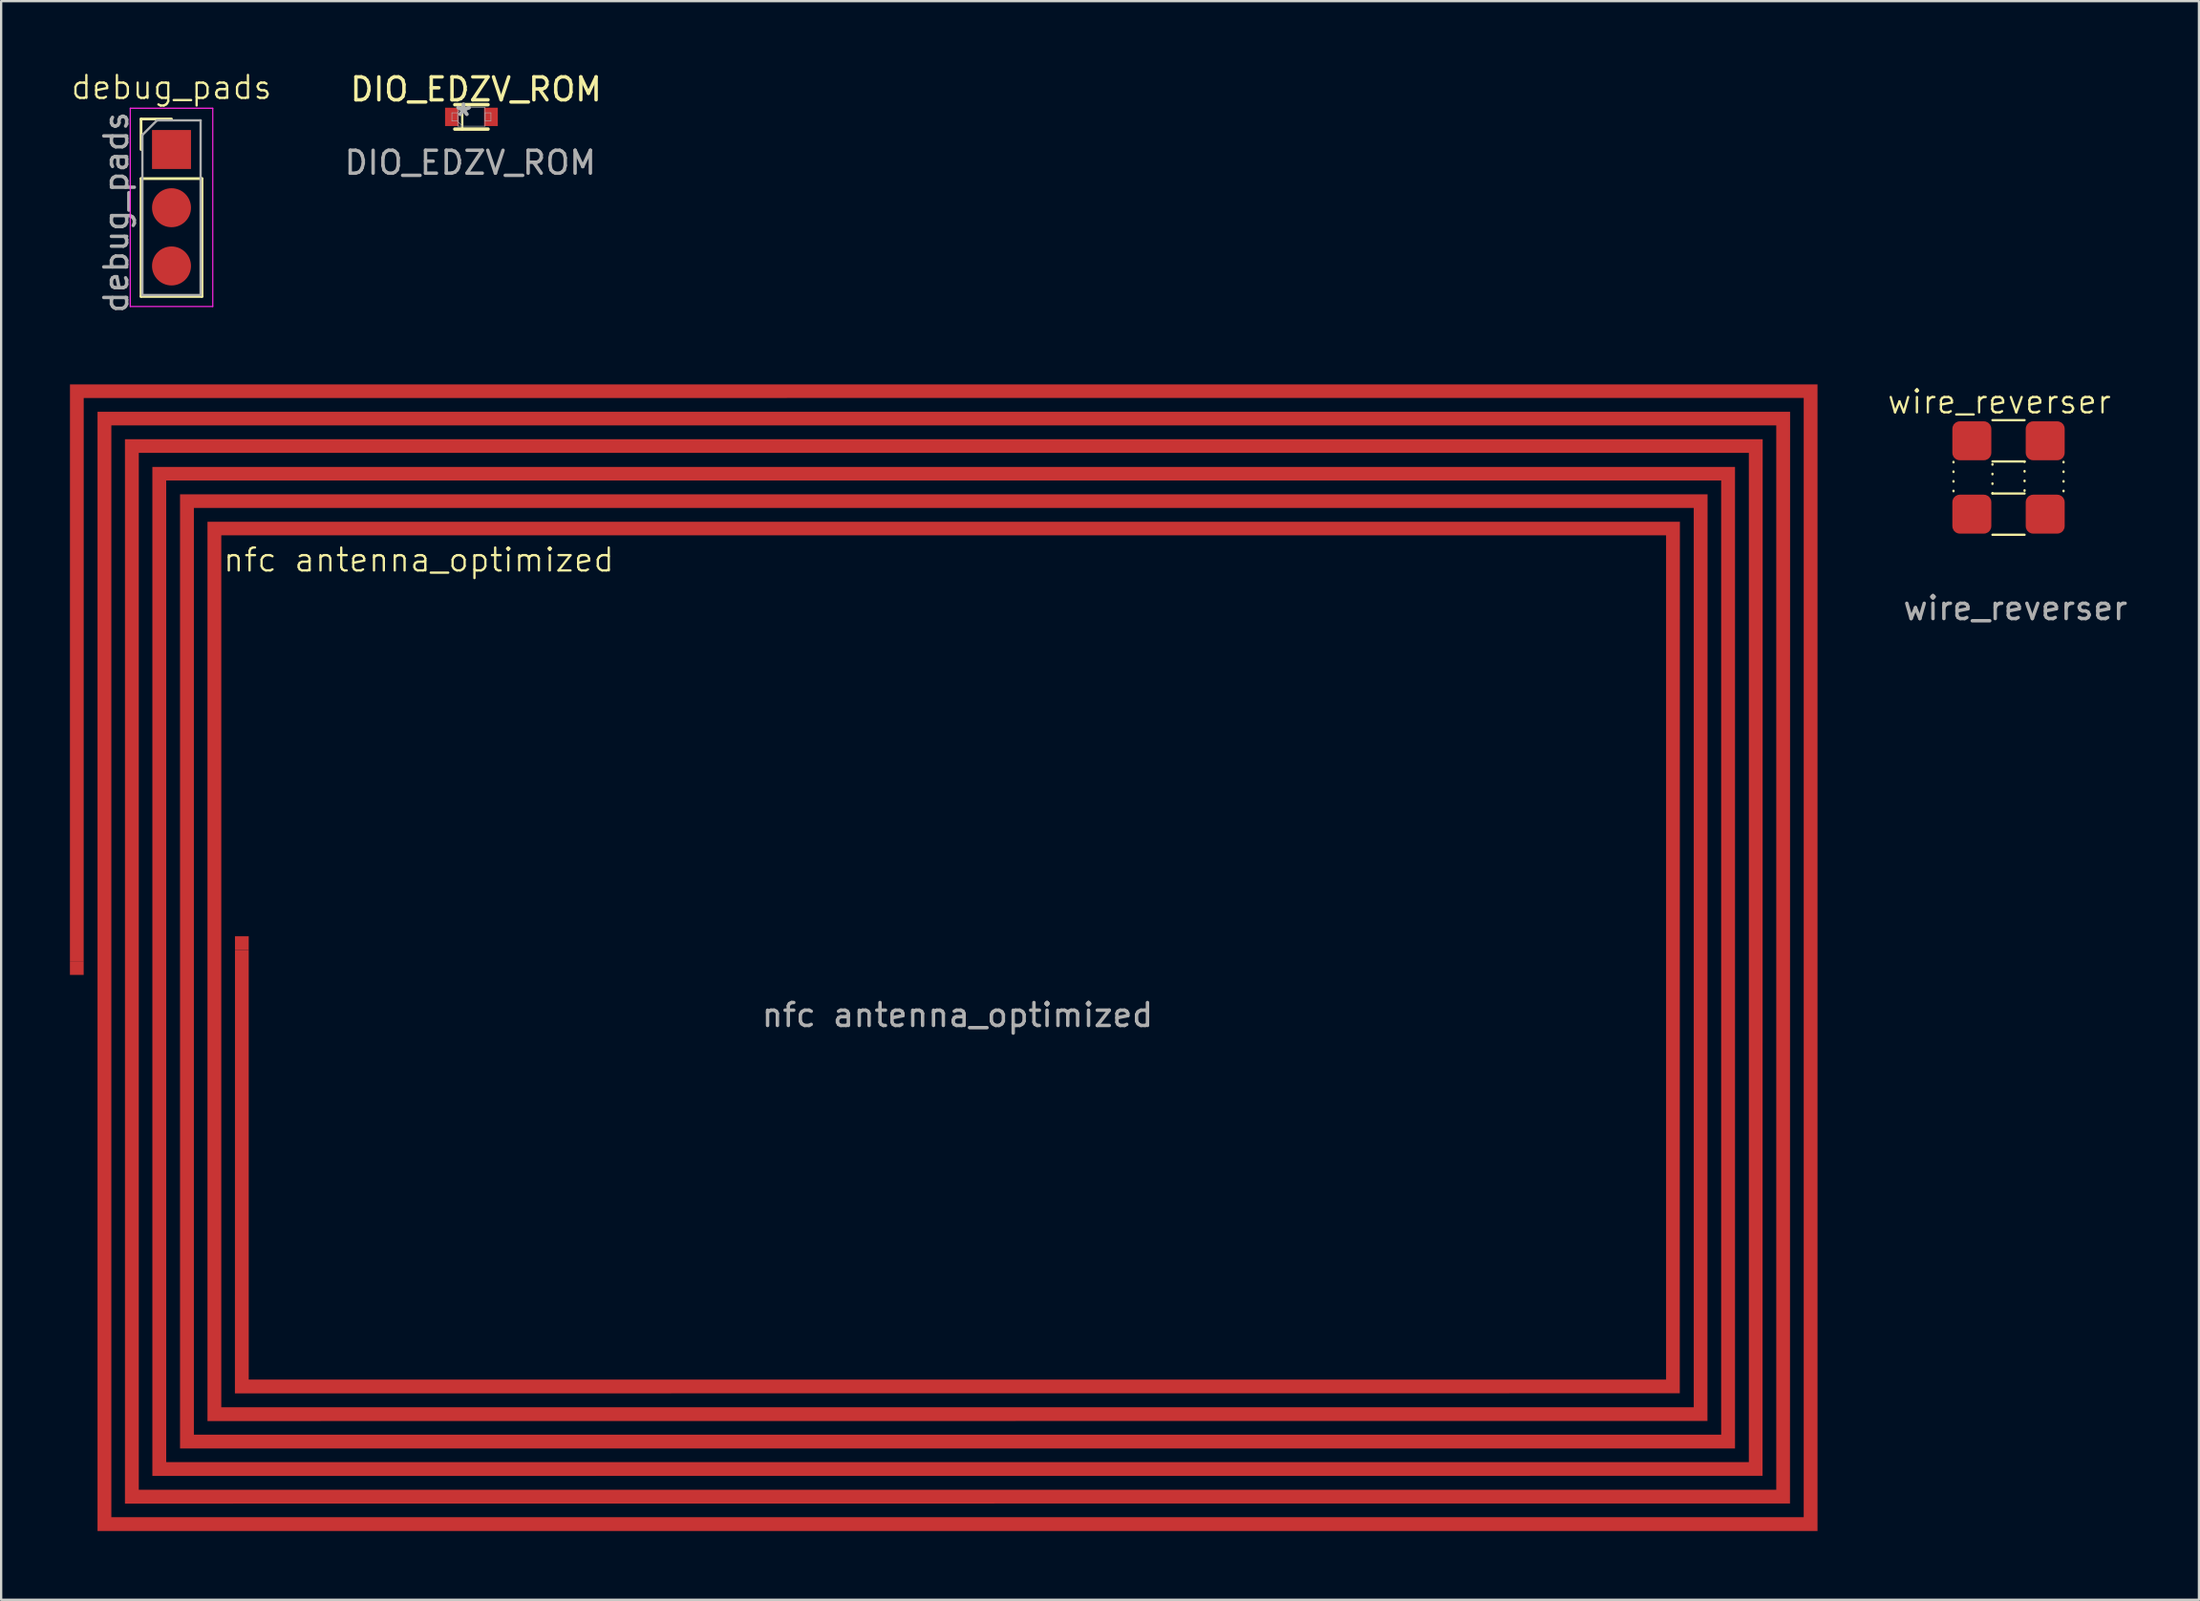
<source format=kicad_pcb>
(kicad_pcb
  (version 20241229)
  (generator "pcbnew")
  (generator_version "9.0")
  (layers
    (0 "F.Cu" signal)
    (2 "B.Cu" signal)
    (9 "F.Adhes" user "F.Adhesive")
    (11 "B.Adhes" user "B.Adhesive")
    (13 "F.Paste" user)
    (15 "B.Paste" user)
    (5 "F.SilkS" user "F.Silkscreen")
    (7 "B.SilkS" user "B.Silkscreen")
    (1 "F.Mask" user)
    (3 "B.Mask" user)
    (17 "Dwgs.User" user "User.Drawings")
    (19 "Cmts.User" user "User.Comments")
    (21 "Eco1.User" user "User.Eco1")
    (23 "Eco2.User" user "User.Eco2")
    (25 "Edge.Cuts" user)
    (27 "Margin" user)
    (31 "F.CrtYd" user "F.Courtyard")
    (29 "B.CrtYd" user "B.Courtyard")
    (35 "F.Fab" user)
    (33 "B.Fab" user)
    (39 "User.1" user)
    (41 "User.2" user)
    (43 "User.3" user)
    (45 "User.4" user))
  (footprint "nfc antenna_optimized"
    (layer "F.Cu")
    (at 38.716 38.725)
    (property "Reference" "nfc antenna_optimized" (at -23.5 -17.35 0) (unlocked yes) (layer "F.SilkS") (effects (font (size 1 1) (thickness 0.1))))
    (attr smd exclude_from_bom)
    (fp_poly (pts (xy 37.512 0) (xy 37.512 25.008) (xy 0 25.008) (xy -37.512 25.008) (xy -37.512 0.598) (xy -37.512 -23.812) (xy -0.598 -23.812) (xy 36.316 -23.812) (xy 36.313 -0.003) (xy 36.311 23.807) (xy -0.003 23.809) (xy -36.316 23.812) (xy -36.316 0.598) (xy -36.316 -22.615) (xy -0.598 -22.615) (xy 35.12 -22.615) (xy 35.117 -0.008) (xy 35.114 22.6) (xy -0.003 22.602) (xy -35.12 22.605) (xy -35.12 0.598) (xy -35.12 -21.408) (xy -0.604 -21.408) (xy 33.913 -21.408) (xy 33.913 0) (xy 33.913 21.408) (xy 0 21.408) (xy -33.913 21.408) (xy -33.913 0.598) (xy -33.913 -20.212) (xy -0.598 -20.212) (xy 32.716 -20.212) (xy 32.713 -0.003) (xy 32.711 20.207) (xy -0.003 20.209) (xy -32.716 20.212) (xy -32.716 0.598) (xy -32.716 -19.016) (xy -0.603 -19.016) (xy 31.509 -19.016) (xy 31.506 -0.008) (xy 31.504 19) (xy -0.008 19.002) (xy -31.52 19.005) (xy -31.517 -0.335) (xy -30.917 -0.335) (xy -30.916 18.402) (xy -0.005 18.402) (xy 30.906 18.402) (xy 30.906 -0.011) (xy 30.906 -18.423) (xy -0.604 -18.423) (xy -32.113 -18.423) (xy -32.113 0.593) (xy -32.113 19.609) (xy 0 19.609) (xy 32.113 19.609) (xy 32.113 -0.005) (xy 32.113 -19.619) (xy -0.598 -19.619) (xy -33.309 -19.619) (xy -33.309 0.593) (xy -33.309 20.805) (xy 0 20.805) (xy 33.309 20.805) (xy 33.309 -0.005) (xy 33.309 -20.816) (xy -0.604 -20.816) (xy -34.516 -20.816) (xy -34.516 0.593) (xy -34.516 22.001) (xy 0 22.001) (xy 34.516 22.001) (xy 34.516 -0.011) (xy 34.516 -22.023) (xy -0.598 -22.023) (xy -35.712 -22.023) (xy -35.712 0.593) (xy -35.712 23.208) (xy 0 23.208) (xy 35.712 23.208) (xy 35.712 -0.005) (xy 35.712 -23.219) (xy -0.598 -23.219) (xy -36.909 -23.219) (xy -36.909 0.593) (xy -36.909 24.405) (xy 0 24.405) (xy 36.909 24.405) (xy 36.909 -0.005) (xy 36.909 -24.415) (xy -0.302 -24.415) (xy -38.114 -24.414) (xy -38.116 0.15) (xy -38.716 0.15) (xy -38.714 -24.414) (xy -38.714 -25.009) (xy 0 -25.008) (xy 37.512 -25.008)) (stroke (width 0) (type solid)) (fill yes) (layer "F.Cu"))
    (fp_text user "${REFERENCE}" (at 0 2.5 0) (unlocked yes) (layer "F.Fab") (effects (font (size 1 1) (thickness 0.15))))
    (pad "1" smd rect (at -31.217 -0.635) (size 0.6 0.6) (layers "F.Cu"))
    (pad "2" smd rect (at -38.416 0.45) (size 0.6 0.6) (layers "F.Cu")))
  (footprint "DIO_EDZV_ROM"
    (layer "F.Cu")
    (at 17.513 2.048)
    (property "Reference" "DIO_EDZV_ROM" (at 0.2 -1.2 0) (unlocked yes) (layer "F.SilkS") (effects (font (size 1 1) (thickness 0.15))))
    (attr smd)
    (fp_line (start -0.724 0.533) (end 0.724 0.533) (stroke (width 0.152) (type solid)) (layer "F.SilkS"))
    (fp_line (start -0.4 0.55) (end -0.4 -0.55) (stroke (width 0.1) (type default)) (layer "F.SilkS"))
    (fp_line (start 0.724 -0.533) (end -0.724 -0.533) (stroke (width 0.152) (type solid)) (layer "F.SilkS"))
    (fp_line (start -0.851 -0.178) (end -0.851 0.178) (stroke (width 0.025) (type solid)) (layer "F.Fab"))
    (fp_line (start -0.851 0.178) (end -0.597 0.178) (stroke (width 0.025) (type solid)) (layer "F.Fab"))
    (fp_line (start -0.597 -0.406) (end -0.597 0.406) (stroke (width 0.025) (type solid)) (layer "F.Fab"))
    (fp_line (start -0.597 -0.203) (end -0.394 -0.406) (stroke (width 0.025) (type solid)) (layer "F.Fab"))
    (fp_line (start -0.597 -0.178) (end -0.851 -0.178) (stroke (width 0.025) (type solid)) (layer "F.Fab"))
    (fp_line (start -0.597 0.178) (end -0.597 -0.178) (stroke (width 0.025) (type solid)) (layer "F.Fab"))
    (fp_line (start -0.597 0.203) (end -0.394 0.406) (stroke (width 0.025) (type solid)) (layer "F.Fab"))
    (fp_line (start -0.597 0.406) (end 0.597 0.406) (stroke (width 0.025) (type solid)) (layer "F.Fab"))
    (fp_line (start 0.597 -0.406) (end -0.597 -0.406) (stroke (width 0.025) (type solid)) (layer "F.Fab"))
    (fp_line (start 0.597 -0.178) (end 0.597 0.178) (stroke (width 0.025) (type solid)) (layer "F.Fab"))
    (fp_line (start 0.597 0.178) (end 0.851 0.178) (stroke (width 0.025) (type solid)) (layer "F.Fab"))
    (fp_line (start 0.597 0.406) (end 0.597 -0.406) (stroke (width 0.025) (type solid)) (layer "F.Fab"))
    (fp_line (start 0.851 -0.178) (end 0.597 -0.178) (stroke (width 0.025) (type solid)) (layer "F.Fab"))
    (fp_line (start 0.851 0.178) (end 0.851 -0.178) (stroke (width 0.025) (type solid)) (layer "F.Fab"))
    (fp_text user "*" (at -0.343 0 0) (layer "F.Fab") (effects (font (size 1 1) (thickness 0.15))))
    (fp_text user "*" (at -0.343 0 0) (unlocked yes) (layer "F.Fab") (effects (font (size 1 1) (thickness 0.15))))
    (fp_text user "${REFERENCE}" (at -0.05 2 0) (unlocked yes) (layer "F.Fab") (effects (font (size 1 1) (thickness 0.15))))
    (pad "1" smd rect (at -0.85 0) (size 0.6 0.8) (layers "F.Cu" "F.Mask" "F.Paste"))
    (pad "2" smd rect (at 0.85 0) (size 0.6 0.8) (layers "F.Cu" "F.Mask" "F.Paste")))
  (footprint "debug_pads"
    (layer "F.Cu")
    (at 4.431 6.011)
    (property "Reference" "debug_pads" (at 0 -5.25 0) (unlocked yes) (layer "F.SilkS") (effects (font (size 1 1) (thickness 0.1))))
    (attr smd exclude_from_bom)
    (fp_line (start -1.33 -3.87) (end 0 -3.87) (stroke (width 0.12) (type solid)) (layer "F.SilkS"))
    (fp_line (start -1.33 -2.54) (end -1.33 -3.87) (stroke (width 0.12) (type solid)) (layer "F.SilkS"))
    (fp_line (start -1.33 -1.27) (end -1.33 3.87) (stroke (width 0.12) (type solid)) (layer "F.SilkS"))
    (fp_line (start -1.33 -1.27) (end 1.33 -1.27) (stroke (width 0.12) (type solid)) (layer "F.SilkS"))
    (fp_line (start -1.33 3.87) (end 1.33 3.87) (stroke (width 0.12) (type solid)) (layer "F.SilkS"))
    (fp_line (start 1.33 -1.27) (end 1.33 3.87) (stroke (width 0.12) (type solid)) (layer "F.SilkS"))
    (fp_line (start -1.8 -4.34) (end -1.8 4.31) (stroke (width 0.05) (type solid)) (layer "F.CrtYd"))
    (fp_line (start -1.8 4.31) (end 1.8 4.31) (stroke (width 0.05) (type solid)) (layer "F.CrtYd"))
    (fp_line (start 1.8 -4.34) (end -1.8 -4.34) (stroke (width 0.05) (type solid)) (layer "F.CrtYd"))
    (fp_line (start 1.8 4.31) (end 1.8 -4.34) (stroke (width 0.05) (type solid)) (layer "F.CrtYd"))
    (fp_line (start -1.27 -3.175) (end -0.635 -3.81) (stroke (width 0.1) (type solid)) (layer "F.Fab"))
    (fp_line (start -1.27 3.81) (end -1.27 -3.175) (stroke (width 0.1) (type solid)) (layer "F.Fab"))
    (fp_line (start -0.635 -3.81) (end 1.27 -3.81) (stroke (width 0.1) (type solid)) (layer "F.Fab"))
    (fp_line (start 1.27 -3.81) (end 1.27 3.81) (stroke (width 0.1) (type solid)) (layer "F.Fab"))
    (fp_line (start 1.27 3.81) (end -1.27 3.81) (stroke (width 0.1) (type solid)) (layer "F.Fab"))
    (fp_text user "${REFERENCE}" (at -2.41 0.2 270) (layer "F.Fab") (effects (font (size 1 1) (thickness 0.15))))
    (pad "1" smd rect (at 0 -2.54 90) (size 1.7 1.7) (layers "F.Cu" "F.Mask"))
    (pad "2" smd oval (at 0 0) (size 1.7 1.7) (layers "F.Cu" "F.Mask"))
    (pad "3" smd oval (at 0 2.54) (size 1.7 1.7) (layers "F.Cu" "F.Mask")))
  (footprint "wire_reverser"
    (layer "F.Cu")
    (at 84.559 17.777)
    (property "Reference" "wire_reverser" (at -0.4 -3.3 0) (unlocked yes) (layer "F.SilkS") (effects (font (size 1 1) (thickness 0.1))))
    (attr smd)
    (fp_line (start -2.4 0.6) (end -2.4 -0.8) (stroke (width 0.1) (type dot)) (layer "F.SilkS"))
    (fp_line (start -0.7 0.7) (end -0.7 -0.7) (stroke (width 0.1) (type dot)) (layer "F.SilkS"))
    (fp_line (start -0.7 0.7) (end 0.7 0.7) (stroke (width 0.1) (type default)) (layer "F.SilkS"))
    (fp_line (start 0.7 -2.5) (end -0.7 -2.5) (stroke (width 0.1) (type default)) (layer "F.SilkS"))
    (fp_line (start 0.7 -0.7) (end -0.7 -0.7) (stroke (width 0.1) (type default)) (layer "F.SilkS"))
    (fp_line (start 0.7 -0.7) (end 0.7 0.7) (stroke (width 0.1) (type dot)) (layer "F.SilkS"))
    (fp_line (start 0.7 2.5) (end -0.7 2.5) (stroke (width 0.1) (type default)) (layer "F.SilkS"))
    (fp_line (start 2.4 0.6) (end 2.4 -0.8) (stroke (width 0.1) (type dot)) (layer "F.SilkS"))
    (fp_text user "${REFERENCE}" (at 0.3 5.7 0) (unlocked yes) (layer "F.Fab") (effects (font (size 1 1) (thickness 0.15))))
    (pad "1" smd roundrect (at 1.6 -1.6) (size 1.7 1.7) (layers "F.Cu" "F.Mask" "F.Paste") (roundrect_rratio 0.192))
    (pad "2" smd roundrect (at -1.6 1.6) (size 1.7 1.7) (layers "F.Cu" "F.Mask" "F.Paste") (roundrect_rratio 0.192))
    (pad "3" smd roundrect (at -1.6 -1.6) (size 1.7 1.7) (layers "F.Cu" "F.Mask" "F.Paste") (roundrect_rratio 0.192))
    (pad "4" smd roundrect (at 1.6 1.6) (size 1.7 1.7) (layers "F.Cu" "F.Mask" "F.Paste") (roundrect_rratio 0.192)))
  (gr_rect
    (start -3 -3)
    (end 92.865 66.734)
    (stroke (width 0.1) (type default))
    (fill no)
    (layer "Edge.Cuts")))
</source>
